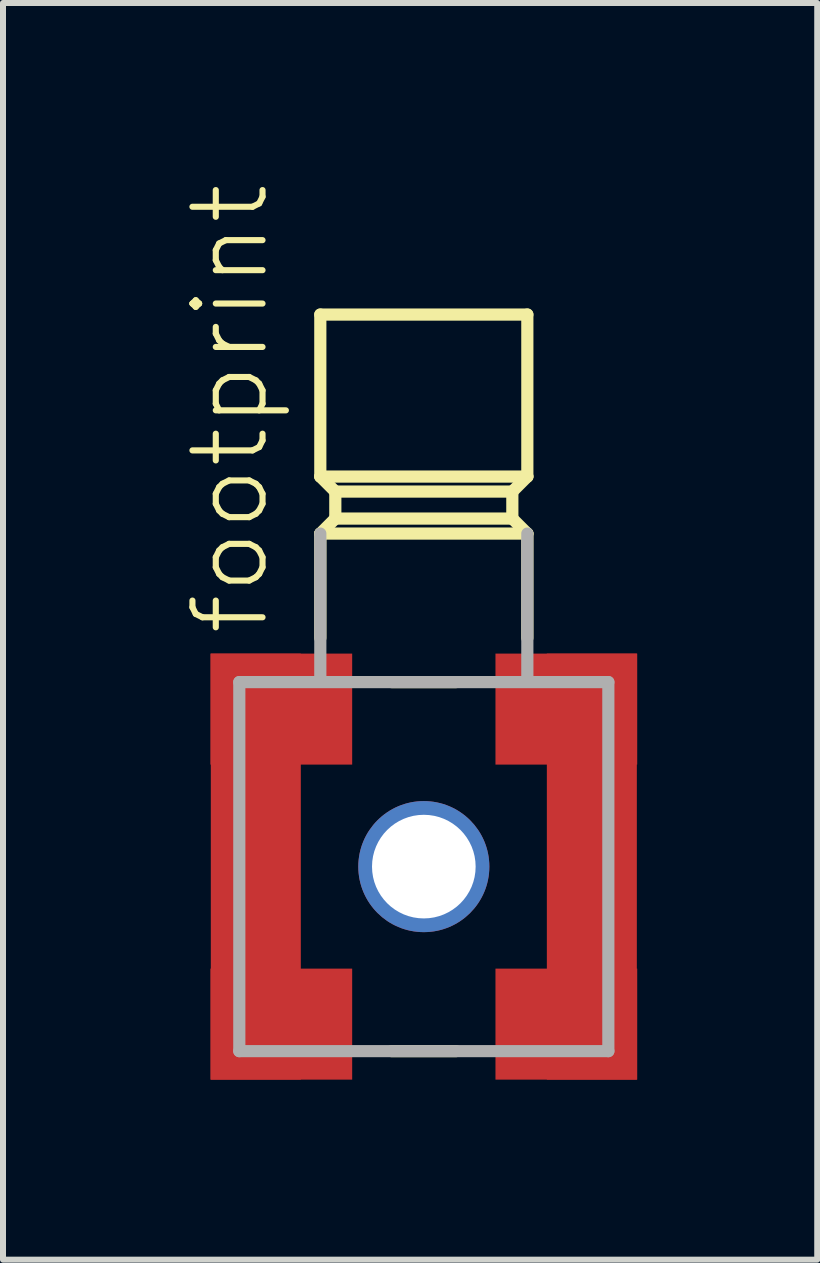
<source format=kicad_pcb>
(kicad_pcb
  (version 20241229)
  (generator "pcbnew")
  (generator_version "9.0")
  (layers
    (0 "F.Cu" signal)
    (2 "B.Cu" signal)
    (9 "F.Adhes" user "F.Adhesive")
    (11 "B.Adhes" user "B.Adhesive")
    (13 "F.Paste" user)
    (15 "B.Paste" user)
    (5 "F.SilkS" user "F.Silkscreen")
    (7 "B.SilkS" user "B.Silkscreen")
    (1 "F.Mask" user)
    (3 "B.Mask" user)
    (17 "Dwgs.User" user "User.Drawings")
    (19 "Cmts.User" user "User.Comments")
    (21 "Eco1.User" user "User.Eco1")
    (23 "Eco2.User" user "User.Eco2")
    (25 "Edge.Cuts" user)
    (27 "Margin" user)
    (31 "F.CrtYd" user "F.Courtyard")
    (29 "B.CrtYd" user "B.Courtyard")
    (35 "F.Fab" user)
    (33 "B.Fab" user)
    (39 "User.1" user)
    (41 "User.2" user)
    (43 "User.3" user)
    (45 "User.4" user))
  (footprint "footprint"
    (layer "F.Cu")
    (at 4.013 11.392)
    (property "Reference" "footprint" (at -2.54 -3.81 90) (layer "F.SilkS") (effects (font (size 1.168 1.168) (thickness 0.102)) (justify left bottom)))
    (fp_line (start -1.725 -9.2) (end 1.725 -9.2) (stroke (width 0.203) (type solid)) (layer "F.SilkS"))
    (fp_line (start -1.725 -6.5) (end -1.725 -9.2) (stroke (width 0.203) (type solid)) (layer "F.SilkS"))
    (fp_line (start -1.725 -6.5) (end -1.475 -6.25) (stroke (width 0.203) (type solid)) (layer "F.SilkS"))
    (fp_line (start -1.725 -6.5) (end 1.725 -6.5) (stroke (width 0.203) (type solid)) (layer "F.SilkS"))
    (fp_line (start -1.725 -5.55) (end 1.725 -5.55) (stroke (width 0.203) (type solid)) (layer "F.SilkS"))
    (fp_line (start -1.725 -3.81) (end -1.725 -5.55) (stroke (width 0.203) (type solid)) (layer "F.SilkS"))
    (fp_line (start -1.475 -6.25) (end -1.475 -5.8) (stroke (width 0.203) (type solid)) (layer "F.SilkS"))
    (fp_line (start -1.475 -6.25) (end 1.475 -6.25) (stroke (width 0.203) (type solid)) (layer "F.SilkS"))
    (fp_line (start -1.475 -5.8) (end -1.725 -5.55) (stroke (width 0.203) (type solid)) (layer "F.SilkS"))
    (fp_line (start -0.535 -3.075) (end 0.535 -3.075) (stroke (width 0.203) (type solid)) (layer "F.SilkS"))
    (fp_line (start 0.535 3.075) (end -0.535 3.075) (stroke (width 0.203) (type solid)) (layer "F.SilkS"))
    (fp_line (start 1.475 -6.25) (end 1.725 -6.5) (stroke (width 0.203) (type solid)) (layer "F.SilkS"))
    (fp_line (start 1.475 -5.8) (end -1.475 -5.8) (stroke (width 0.203) (type solid)) (layer "F.SilkS"))
    (fp_line (start 1.475 -5.8) (end 1.475 -6.25) (stroke (width 0.203) (type solid)) (layer "F.SilkS"))
    (fp_line (start 1.725 -9.2) (end 1.725 -6.5) (stroke (width 0.203) (type solid)) (layer "F.SilkS"))
    (fp_line (start 1.725 -5.55) (end 1.475 -5.8) (stroke (width 0.203) (type solid)) (layer "F.SilkS"))
    (fp_line (start 1.725 -5.55) (end 1.725 -3.81) (stroke (width 0.203) (type solid)) (layer "F.SilkS"))
    (fp_line (start -3.075 -3.075) (end 3.075 -3.075) (stroke (width 0.203) (type solid)) (layer "F.Fab"))
    (fp_line (start -3.075 3.075) (end -3.075 -3.075) (stroke (width 0.203) (type solid)) (layer "F.Fab"))
    (fp_line (start -1.725 -3.175) (end -1.725 -5.55) (stroke (width 0.203) (type solid)) (layer "F.Fab"))
    (fp_line (start 1.725 -5.55) (end 1.725 -3.175) (stroke (width 0.203) (type solid)) (layer "F.Fab"))
    (fp_line (start 3.075 -3.075) (end 3.075 3.075) (stroke (width 0.203) (type solid)) (layer "F.Fab"))
    (fp_line (start 3.075 3.075) (end -3.075 3.075) (stroke (width 0.203) (type solid)) (layer "F.Fab"))
    (pad "1" thru_hole circle (at 0 0) (size 2.184 2.184) (drill 1.727) (layers "*.Cu" "*.Mask"))
    (pad "2@1" smd rect (at -2.8 0) (size 1.5 7.1) (layers "F.Cu" "F.Mask" "F.Paste"))
    (pad "2@2" smd rect (at 2.8 0 180) (size 1.5 7.1) (layers "F.Cu" "F.Mask" "F.Paste"))
    (pad "2@3" smd rect (at -2.375 -2.625) (size 2.362 1.85) (layers "F.Cu" "F.Mask" "F.Paste"))
    (pad "2@4" smd rect (at -2.375 2.625) (size 2.362 1.85) (layers "F.Cu" "F.Mask" "F.Paste"))
    (pad "2@5" smd rect (at 2.375 -2.625 180) (size 2.362 1.85) (layers "F.Cu" "F.Mask" "F.Paste"))
    (pad "2@6" smd rect (at 2.375 2.625 180) (size 2.362 1.85) (layers "F.Cu" "F.Mask" "F.Paste")))
  (gr_rect
    (start -3 -3)
    (end 10.569 17.942)
    (stroke (width 0.1) (type default))
    (fill no)
    (layer "Edge.Cuts")))
</source>
